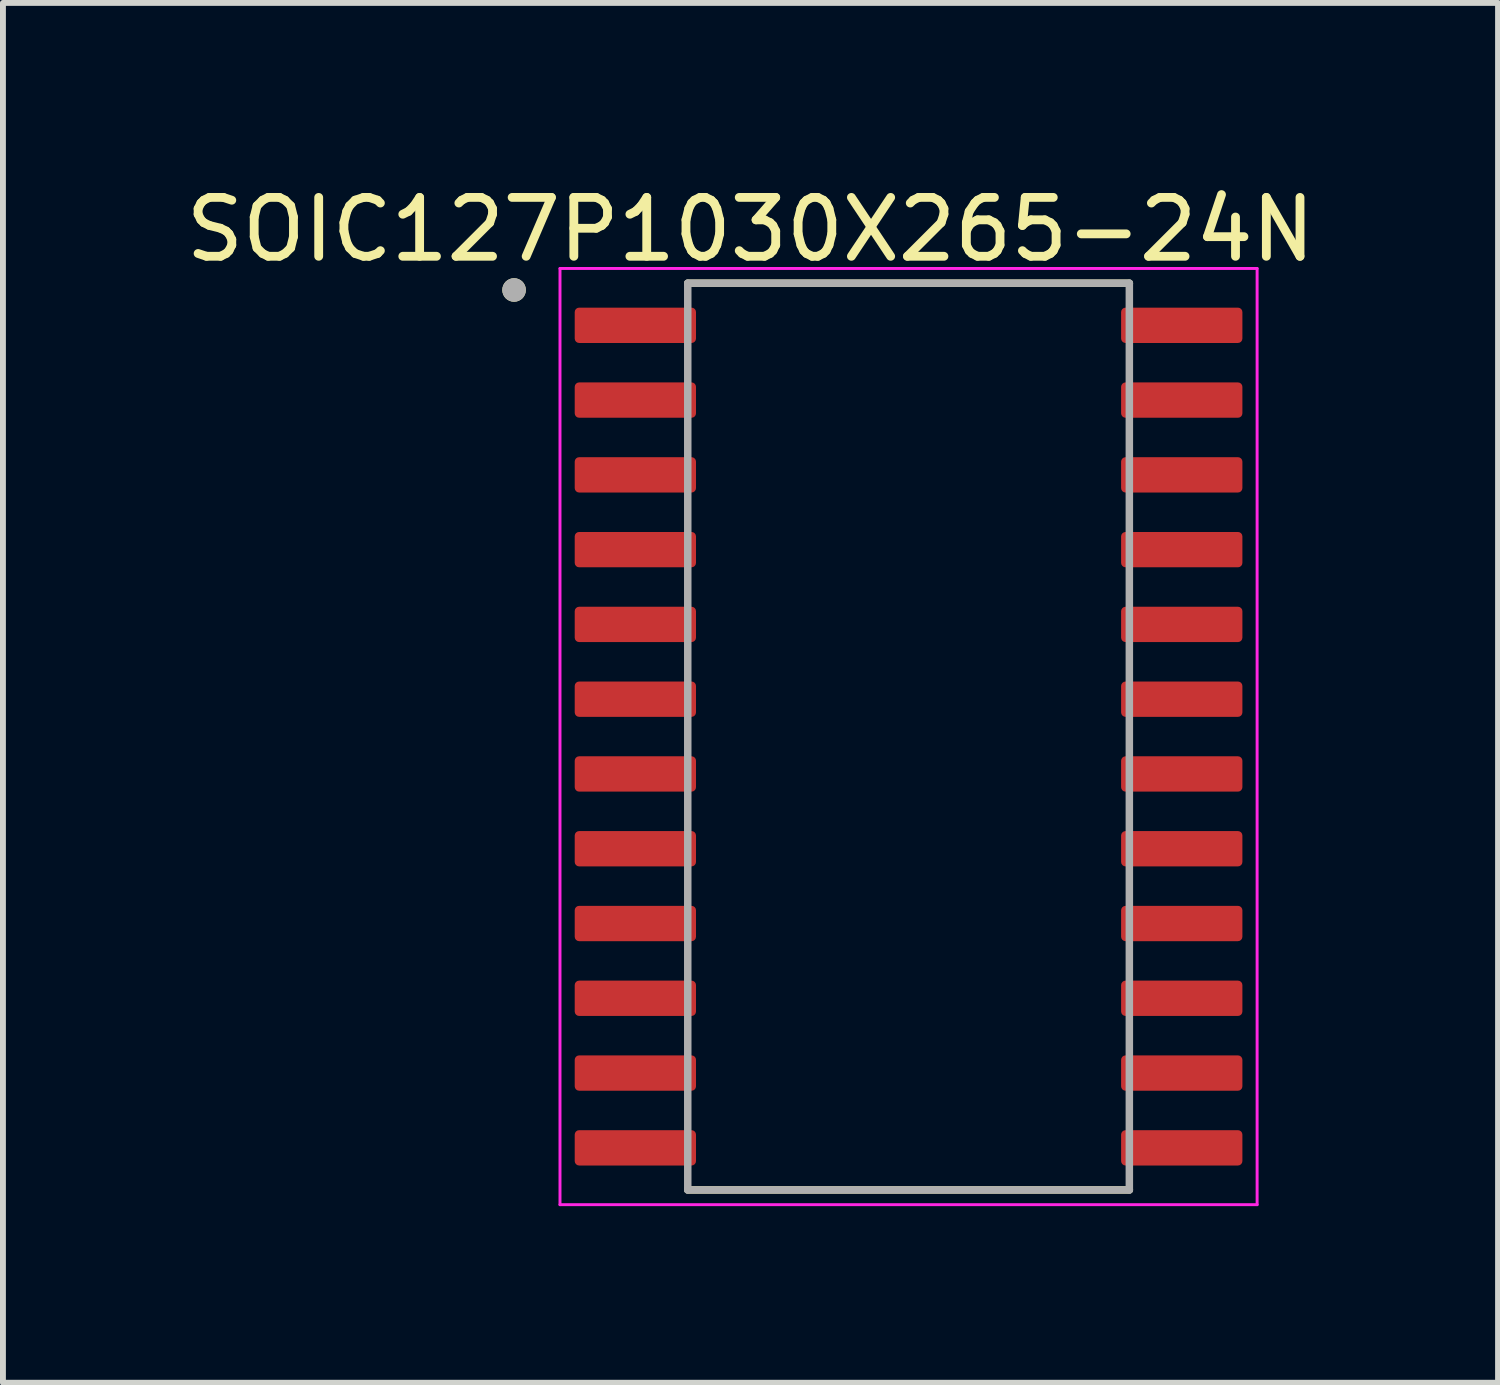
<source format=kicad_pcb>
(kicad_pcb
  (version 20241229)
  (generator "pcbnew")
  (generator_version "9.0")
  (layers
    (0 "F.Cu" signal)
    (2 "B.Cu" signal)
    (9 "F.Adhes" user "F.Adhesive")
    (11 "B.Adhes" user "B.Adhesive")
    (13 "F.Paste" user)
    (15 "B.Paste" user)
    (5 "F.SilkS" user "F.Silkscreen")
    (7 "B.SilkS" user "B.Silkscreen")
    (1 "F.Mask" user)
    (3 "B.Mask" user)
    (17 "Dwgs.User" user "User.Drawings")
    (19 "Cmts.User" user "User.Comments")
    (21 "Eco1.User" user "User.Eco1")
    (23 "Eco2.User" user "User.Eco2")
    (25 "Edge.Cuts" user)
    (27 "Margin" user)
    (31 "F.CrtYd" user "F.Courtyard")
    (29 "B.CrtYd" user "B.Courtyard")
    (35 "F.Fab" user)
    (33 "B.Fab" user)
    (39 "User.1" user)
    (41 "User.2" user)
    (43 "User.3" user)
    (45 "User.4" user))
  (footprint "SOIC127P1030X265-24N"
    (layer "F.Cu")
    (at 12.381 9.46)
    (property "Reference" "SOIC127P1030X265-24N" (at -2.685 -8.612 0) (layer "F.SilkS") (effects (font (size 1 1) (thickness 0.15))))
    (attr smd)
    (fp_line (start -3.75 -7.7) (end 3.75 -7.7) (stroke (width 0.127) (type solid)) (layer "F.SilkS"))
    (fp_line (start -3.75 7.7) (end 3.75 7.7) (stroke (width 0.127) (type solid)) (layer "F.SilkS"))
    (fp_circle (center -6.7 -7.585) (end -6.6 -7.585) (stroke (width 0.2) (type solid)) (fill no) (layer "F.SilkS"))
    (fp_line (start -5.92 -7.95) (end -5.92 7.95) (stroke (width 0.05) (type solid)) (layer "F.CrtYd"))
    (fp_line (start -5.92 -7.95) (end 5.92 -7.95) (stroke (width 0.05) (type solid)) (layer "F.CrtYd"))
    (fp_line (start -5.92 7.95) (end 5.92 7.95) (stroke (width 0.05) (type solid)) (layer "F.CrtYd"))
    (fp_line (start 5.92 -7.95) (end 5.92 7.95) (stroke (width 0.05) (type solid)) (layer "F.CrtYd"))
    (fp_line (start -3.75 -7.7) (end -3.75 7.7) (stroke (width 0.127) (type solid)) (layer "F.Fab"))
    (fp_line (start -3.75 -7.7) (end 3.75 -7.7) (stroke (width 0.127) (type solid)) (layer "F.Fab"))
    (fp_line (start -3.75 7.7) (end 3.75 7.7) (stroke (width 0.127) (type solid)) (layer "F.Fab"))
    (fp_line (start 3.75 -7.7) (end 3.75 7.7) (stroke (width 0.127) (type solid)) (layer "F.Fab"))
    (fp_circle (center -6.7 -7.585) (end -6.6 -7.585) (stroke (width 0.2) (type solid)) (fill no) (layer "F.Fab"))
    (pad "1" smd roundrect (at -4.64 -6.985) (size 2.06 0.6) (layers "F.Cu" "F.Mask" "F.Paste") (roundrect_rratio 0.125))
    (pad "2" smd roundrect (at -4.64 -5.715) (size 2.06 0.6) (layers "F.Cu" "F.Mask" "F.Paste") (roundrect_rratio 0.125))
    (pad "3" smd roundrect (at -4.64 -4.445) (size 2.06 0.6) (layers "F.Cu" "F.Mask" "F.Paste") (roundrect_rratio 0.125))
    (pad "4" smd roundrect (at -4.64 -3.175) (size 2.06 0.6) (layers "F.Cu" "F.Mask" "F.Paste") (roundrect_rratio 0.125))
    (pad "5" smd roundrect (at -4.64 -1.905) (size 2.06 0.6) (layers "F.Cu" "F.Mask" "F.Paste") (roundrect_rratio 0.125))
    (pad "6" smd roundrect (at -4.64 -0.635) (size 2.06 0.6) (layers "F.Cu" "F.Mask" "F.Paste") (roundrect_rratio 0.125))
    (pad "7" smd roundrect (at -4.64 0.635) (size 2.06 0.6) (layers "F.Cu" "F.Mask" "F.Paste") (roundrect_rratio 0.125))
    (pad "8" smd roundrect (at -4.64 1.905) (size 2.06 0.6) (layers "F.Cu" "F.Mask" "F.Paste") (roundrect_rratio 0.125))
    (pad "9" smd roundrect (at -4.64 3.175) (size 2.06 0.6) (layers "F.Cu" "F.Mask" "F.Paste") (roundrect_rratio 0.125))
    (pad "10" smd roundrect (at -4.64 4.445) (size 2.06 0.6) (layers "F.Cu" "F.Mask" "F.Paste") (roundrect_rratio 0.125))
    (pad "11" smd roundrect (at -4.64 5.715) (size 2.06 0.6) (layers "F.Cu" "F.Mask" "F.Paste") (roundrect_rratio 0.125))
    (pad "12" smd roundrect (at -4.64 6.985) (size 2.06 0.6) (layers "F.Cu" "F.Mask" "F.Paste") (roundrect_rratio 0.125))
    (pad "13" smd roundrect (at 4.64 6.985) (size 2.06 0.6) (layers "F.Cu" "F.Mask" "F.Paste") (roundrect_rratio 0.125))
    (pad "14" smd roundrect (at 4.64 5.715) (size 2.06 0.6) (layers "F.Cu" "F.Mask" "F.Paste") (roundrect_rratio 0.125))
    (pad "15" smd roundrect (at 4.64 4.445) (size 2.06 0.6) (layers "F.Cu" "F.Mask" "F.Paste") (roundrect_rratio 0.125))
    (pad "16" smd roundrect (at 4.64 3.175) (size 2.06 0.6) (layers "F.Cu" "F.Mask" "F.Paste") (roundrect_rratio 0.125))
    (pad "17" smd roundrect (at 4.64 1.905) (size 2.06 0.6) (layers "F.Cu" "F.Mask" "F.Paste") (roundrect_rratio 0.125))
    (pad "18" smd roundrect (at 4.64 0.635) (size 2.06 0.6) (layers "F.Cu" "F.Mask" "F.Paste") (roundrect_rratio 0.125))
    (pad "19" smd roundrect (at 4.64 -0.635) (size 2.06 0.6) (layers "F.Cu" "F.Mask" "F.Paste") (roundrect_rratio 0.125))
    (pad "20" smd roundrect (at 4.64 -1.905) (size 2.06 0.6) (layers "F.Cu" "F.Mask" "F.Paste") (roundrect_rratio 0.125))
    (pad "21" smd roundrect (at 4.64 -3.175) (size 2.06 0.6) (layers "F.Cu" "F.Mask" "F.Paste") (roundrect_rratio 0.125))
    (pad "22" smd roundrect (at 4.64 -4.445) (size 2.06 0.6) (layers "F.Cu" "F.Mask" "F.Paste") (roundrect_rratio 0.125))
    (pad "23" smd roundrect (at 4.64 -5.715) (size 2.06 0.6) (layers "F.Cu" "F.Mask" "F.Paste") (roundrect_rratio 0.125))
    (pad "24" smd roundrect (at 4.64 -6.985) (size 2.06 0.6) (layers "F.Cu" "F.Mask" "F.Paste") (roundrect_rratio 0.125)))
  (gr_rect
    (start -3 -3)
    (end 22.393 20.435)
    (stroke (width 0.1) (type default))
    (fill no)
    (layer "Edge.Cuts")))
</source>
